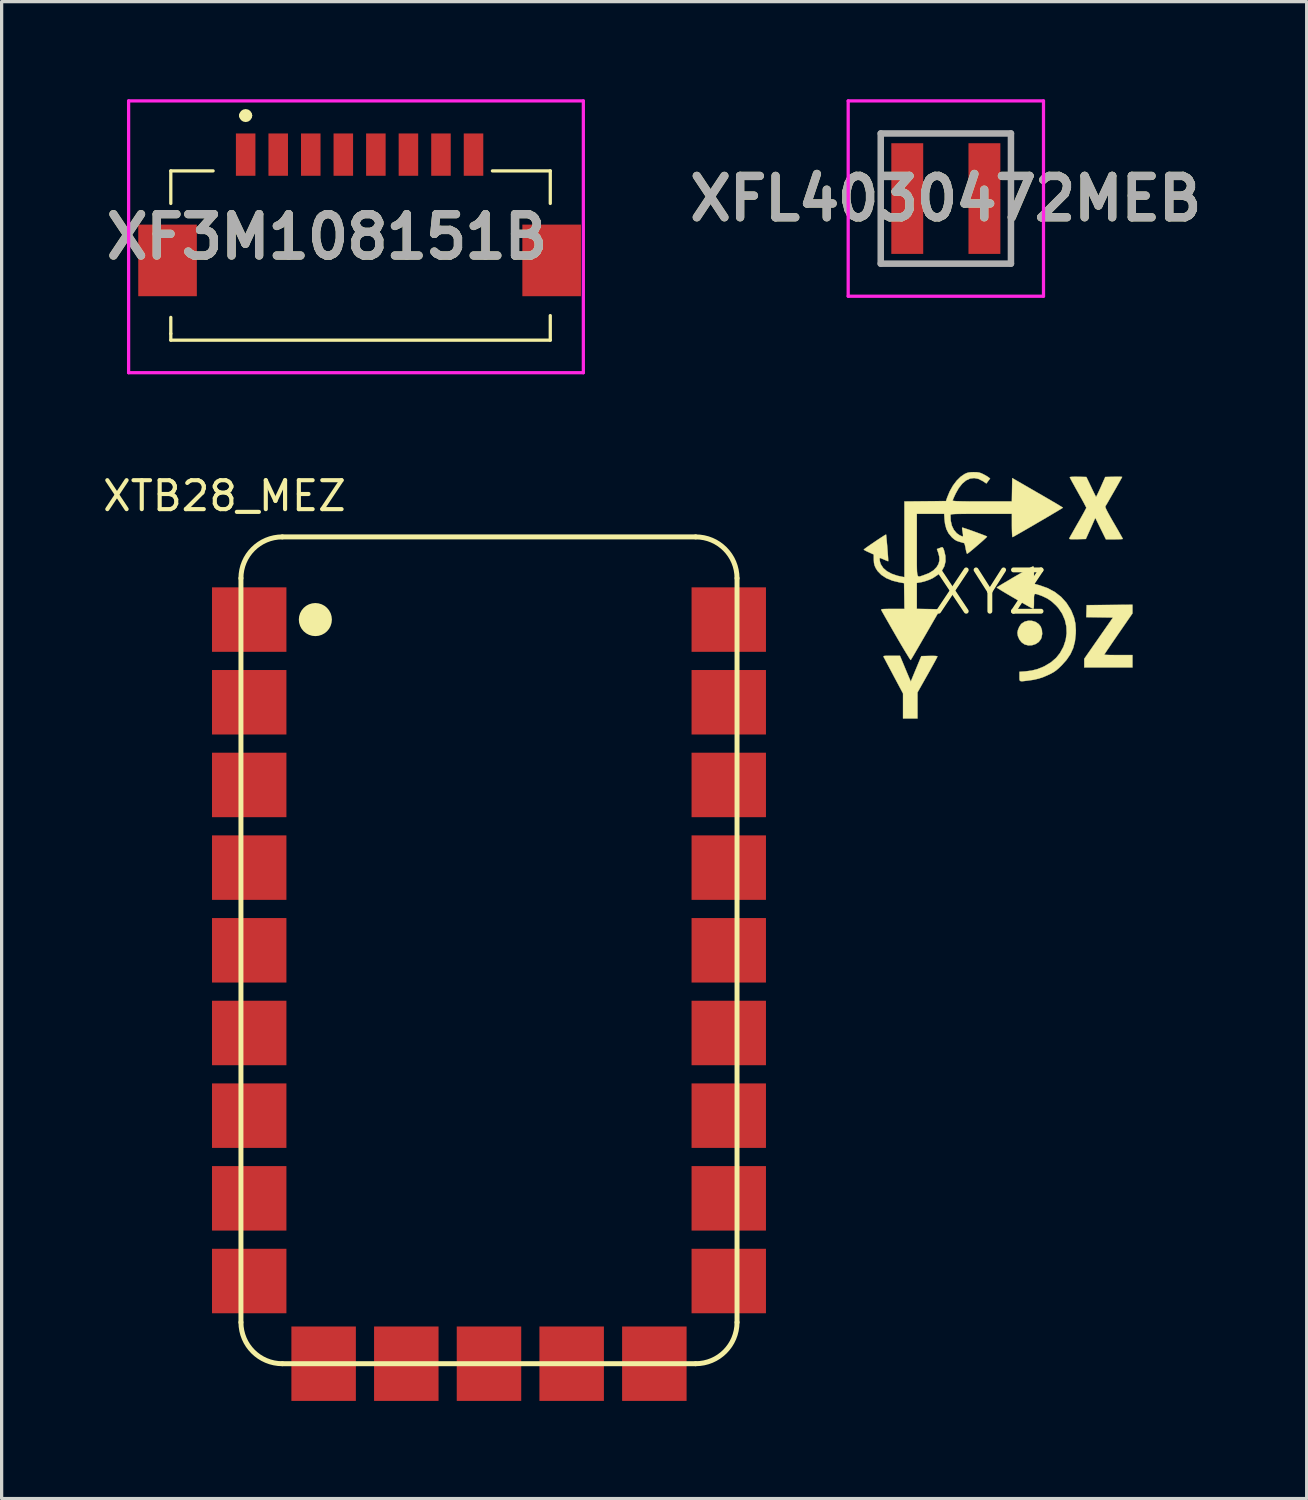
<source format=kicad_pcb>
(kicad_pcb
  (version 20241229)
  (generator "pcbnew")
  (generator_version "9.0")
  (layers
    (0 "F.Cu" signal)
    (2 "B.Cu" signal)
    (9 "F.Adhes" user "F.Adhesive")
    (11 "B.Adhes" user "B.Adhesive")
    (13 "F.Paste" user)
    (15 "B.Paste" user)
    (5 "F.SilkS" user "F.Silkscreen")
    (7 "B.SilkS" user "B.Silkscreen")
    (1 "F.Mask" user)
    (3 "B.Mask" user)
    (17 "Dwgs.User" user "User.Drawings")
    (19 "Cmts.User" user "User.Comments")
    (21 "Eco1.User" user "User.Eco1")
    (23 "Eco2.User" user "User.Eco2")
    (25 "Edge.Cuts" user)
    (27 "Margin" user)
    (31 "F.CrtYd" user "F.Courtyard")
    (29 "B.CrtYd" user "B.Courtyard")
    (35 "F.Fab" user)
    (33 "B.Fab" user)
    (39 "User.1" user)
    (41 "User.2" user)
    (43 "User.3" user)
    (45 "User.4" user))
  (footprint "XTB28_MEZ"
    (layer "F.Cu")
    (at 4.352 38.844)
    (property "Reference" "XTB28_MEZ" (at 3.302 -27.178 0) (layer "F.SilkS") (effects (font (size 0.889 0.889) (thickness 0.127)) (justify right top)))
    (attr through_hole)
    (fp_line (start 0 -24.13) (end 0 -1.27) (stroke (width 0.152) (type solid)) (layer "F.SilkS"))
    (fp_line (start 1.27 0) (end 13.97 0) (stroke (width 0.152) (type solid)) (layer "F.SilkS"))
    (fp_line (start 13.97 -25.4) (end 1.27 -25.4) (stroke (width 0.152) (type solid)) (layer "F.SilkS"))
    (fp_line (start 15.24 -1.27) (end 15.24 -24.13) (stroke (width 0.152) (type solid)) (layer "F.SilkS"))
    (fp_arc (start 0 -24.13) (mid 0.371974 -25.028026) (end 1.27 -25.4) (stroke (width 0.1524) (type solid)) (layer "F.SilkS"))
    (fp_arc (start 1.27 0) (mid 0.371974 -0.371974) (end 0 -1.27) (stroke (width 0.1524) (type solid)) (layer "F.SilkS"))
    (fp_arc (start 13.97 -25.4) (mid 14.868026 -25.028026) (end 15.24 -24.13) (stroke (width 0.1524) (type solid)) (layer "F.SilkS"))
    (fp_arc (start 15.24 -1.27) (mid 14.868026 -0.371974) (end 13.97 0) (stroke (width 0.1524) (type solid)) (layer "F.SilkS"))
    (fp_circle (center 2.286 -22.86) (end 2.54 -22.86) (stroke (width 0.508) (type solid)) (fill no) (layer "F.SilkS"))
    (pad "1" smd rect (at 0.254 -22.86) (size 2.286 1.981) (layers "F.Cu" "F.Mask"))
    (pad "2" smd rect (at 0.254 -20.32) (size 2.286 1.981) (layers "F.Cu" "F.Mask"))
    (pad "3" smd rect (at 0.254 -17.78) (size 2.286 1.981) (layers "F.Cu" "F.Mask"))
    (pad "4" smd rect (at 0.254 -15.24) (size 2.286 1.981) (layers "F.Cu" "F.Mask"))
    (pad "5" smd rect (at 0.254 -12.7) (size 2.286 1.981) (layers "F.Cu" "F.Mask"))
    (pad "6" smd rect (at 0.254 -10.16) (size 2.286 1.981) (layers "F.Cu" "F.Mask"))
    (pad "7" smd rect (at 0.254 -7.62) (size 2.286 1.981) (layers "F.Cu" "F.Mask"))
    (pad "8" smd rect (at 0.254 -5.08) (size 2.286 1.981) (layers "F.Cu" "F.Mask"))
    (pad "9" smd rect (at 0.254 -2.54) (size 2.286 1.981) (layers "F.Cu" "F.Mask"))
    (pad "10" smd rect (at 2.54 0 270) (size 2.286 1.981) (layers "F.Cu" "F.Mask"))
    (pad "11" smd rect (at 5.08 0 270) (size 2.286 1.981) (layers "F.Cu" "F.Mask"))
    (pad "12" smd rect (at 7.62 0 270) (size 2.286 1.981) (layers "F.Cu" "F.Mask"))
    (pad "13" smd rect (at 10.16 0 270) (size 2.286 1.981) (layers "F.Cu" "F.Mask"))
    (pad "14" smd rect (at 12.7 0 270) (size 2.286 1.981) (layers "F.Cu" "F.Mask"))
    (pad "15" smd rect (at 14.986 -2.54) (size 2.286 1.981) (layers "F.Cu" "F.Mask"))
    (pad "16" smd rect (at 14.986 -5.08) (size 2.286 1.981) (layers "F.Cu" "F.Mask"))
    (pad "17" smd rect (at 14.986 -7.62) (size 2.286 1.981) (layers "F.Cu" "F.Mask"))
    (pad "18" smd rect (at 14.986 -10.16) (size 2.286 1.981) (layers "F.Cu" "F.Mask"))
    (pad "19" smd rect (at 14.986 -12.7) (size 2.286 1.981) (layers "F.Cu" "F.Mask"))
    (pad "20" smd rect (at 14.986 -15.24) (size 2.286 1.981) (layers "F.Cu" "F.Mask"))
    (pad "21" smd rect (at 14.986 -17.78) (size 2.286 1.981) (layers "F.Cu" "F.Mask"))
    (pad "22" smd rect (at 14.986 -20.32) (size 2.286 1.981) (layers "F.Cu" "F.Mask"))
    (pad "23" smd rect (at 14.986 -22.86) (size 2.286 1.981) (layers "F.Cu" "F.Mask")))
  (footprint "XF3M108151B"
    (layer "F.Cu")
    (at 6.997 2.2)
    (property "Reference" "XF3M108151B" (at 0 2.025 0) (layer "F.SilkS") (effects (font (size 1.27 1.27) (thickness 0.254))))
    (attr smd)
    (fp_line (start -4.8 0) (end -3.5 0) (stroke (width 0.1) (type solid)) (layer "F.SilkS"))
    (fp_line (start -4.8 1) (end -4.8 0) (stroke (width 0.1) (type solid)) (layer "F.SilkS"))
    (fp_line (start -4.8 4.5) (end -4.8 5) (stroke (width 0.1) (type solid)) (layer "F.SilkS"))
    (fp_line (start -4.8 5) (end -4.8 5.2) (stroke (width 0.1) (type solid)) (layer "F.SilkS"))
    (fp_line (start -4.8 5.2) (end 6.858 5.2) (stroke (width 0.1) (type solid)) (layer "F.SilkS"))
    (fp_line (start -2.6 -1.7) (end -2.6 -1.7) (stroke (width 0.2) (type solid)) (layer "F.SilkS"))
    (fp_line (start -2.4 -1.7) (end -2.4 -1.7) (stroke (width 0.2) (type solid)) (layer "F.SilkS"))
    (fp_line (start 6.858 0) (end 5.08 0) (stroke (width 0.1) (type solid)) (layer "F.SilkS"))
    (fp_line (start 6.858 1) (end 6.858 0) (stroke (width 0.1) (type solid)) (layer "F.SilkS"))
    (fp_line (start 6.858 5.2) (end 6.858 4.445) (stroke (width 0.1) (type solid)) (layer "F.SilkS"))
    (fp_arc (start -2.6 -1.7) (mid -2.5 -1.8) (end -2.4 -1.7) (stroke (width 0.2) (type solid)) (layer "F.SilkS"))
    (fp_arc (start -2.4 -1.7) (mid -2.5 -1.6) (end -2.6 -1.7) (stroke (width 0.2) (type solid)) (layer "F.SilkS"))
    (fp_line (start -6.096 -2.15) (end 7.874 -2.15) (stroke (width 0.1) (type solid)) (layer "F.CrtYd"))
    (fp_line (start -6.096 6.2) (end -6.096 -2.15) (stroke (width 0.1) (type solid)) (layer "F.CrtYd"))
    (fp_line (start 7.874 -2.15) (end 7.874 6.2) (stroke (width 0.1) (type solid)) (layer "F.CrtYd"))
    (fp_line (start 7.874 6.2) (end -6.096 6.2) (stroke (width 0.1) (type solid)) (layer "F.CrtYd"))
    (fp_text user "${REFERENCE}" (at 0 2.025 0) (layer "F.Fab") (effects (font (size 1.27 1.27) (thickness 0.254))))
    (pad "1" smd rect (at -2.5 -0.5) (size 0.6 1.3) (layers "F.Cu" "F.Mask" "F.Paste"))
    (pad "2" smd rect (at -1.5 -0.5) (size 0.6 1.3) (layers "F.Cu" "F.Mask" "F.Paste"))
    (pad "3" smd rect (at -0.5 -0.5) (size 0.6 1.3) (layers "F.Cu" "F.Mask" "F.Paste"))
    (pad "4" smd rect (at 0.5 -0.5) (size 0.6 1.3) (layers "F.Cu" "F.Mask" "F.Paste"))
    (pad "5" smd rect (at 1.5 -0.5) (size 0.6 1.3) (layers "F.Cu" "F.Mask" "F.Paste"))
    (pad "6" smd rect (at 2.5 -0.5) (size 0.6 1.3) (layers "F.Cu" "F.Mask" "F.Paste"))
    (pad "7" smd rect (at 3.5 -0.5) (size 0.6 1.3) (layers "F.Cu" "F.Mask" "F.Paste"))
    (pad "8" smd rect (at 4.5 -0.5) (size 0.6 1.3) (layers "F.Cu" "F.Mask" "F.Paste"))
    (pad "MP1" smd rect (at -4.9 2.75) (size 1.8 2.2) (layers "F.Cu" "F.Mask" "F.Paste"))
    (pad "MP2" smd rect (at 6.9 2.75) (size 1.8 2.2) (layers "F.Cu" "F.Mask" "F.Paste")))
  (footprint "XYZ"
    (layer "F.Cu")
    (at 27.359 15.148)
    (property "Reference" "XYZ" (at 0 0 0) (layer "F.SilkS") (effects (font (size 1.27 1.27) (thickness 0.15))))
    (attr through_hole)
    (fp_poly (pts (xy 1.295 0.875) (xy 1.404 0.908) (xy 1.498 0.971) (xy 1.561 1.049) (xy 1.599 1.156) (xy 1.608 1.276) (xy 1.586 1.393) (xy 1.566 1.439) (xy 1.5 1.525) (xy 1.407 1.587) (xy 1.298 1.623) (xy 1.183 1.629) (xy 1.072 1.601) (xy 1.069 1.6) (xy 0.98 1.539) (xy 0.908 1.45) (xy 0.862 1.344) (xy 0.847 1.244) (xy 0.863 1.157) (xy 0.902 1.062) (xy 0.955 0.981) (xy 0.976 0.959) (xy 1.071 0.898) (xy 1.181 0.871) (xy 1.295 0.875)) (stroke (width 0.01) (type solid)) (fill yes) (layer "F.SilkS"))
    (fp_poly (pts (xy 4.381 0.646) (xy 3.947 1.274) (xy 3.848 1.419) (xy 3.756 1.552) (xy 3.676 1.671) (xy 3.608 1.77) (xy 3.557 1.847) (xy 3.525 1.896) (xy 3.514 1.914) (xy 3.534 1.918) (xy 3.59 1.921) (xy 3.676 1.924) (xy 3.786 1.925) (xy 3.912 1.926) (xy 3.948 1.926) (xy 4.381 1.926) (xy 4.381 2.307) (xy 2.9 2.307) (xy 2.9 2.041) (xy 3.341 1.407) (xy 3.783 0.773) (xy 2.962 0.761) (xy 2.968 0.576) (xy 2.974 0.392) (xy 3.678 0.386) (xy 4.381 0.38) (xy 4.381 0.646)) (stroke (width 0.01) (type solid)) (fill yes) (layer "F.SilkS"))
    (fp_poly (pts (xy -2.762 1.948) (xy -2.636 2.249) (xy -2.589 2.363) (xy -2.544 2.47) (xy -2.505 2.562) (xy -2.477 2.629) (xy -2.469 2.646) (xy -2.428 2.741) (xy -2.407 2.685) (xy -2.391 2.647) (xy -2.363 2.578) (xy -2.325 2.486) (xy -2.28 2.378) (xy -2.245 2.294) (xy -2.105 1.958) (xy -1.857 1.952) (xy -1.745 1.951) (xy -1.664 1.954) (xy -1.618 1.961) (xy -1.609 1.967) (xy -1.619 1.99) (xy -1.647 2.045) (xy -1.691 2.128) (xy -1.749 2.232) (xy -1.817 2.355) (xy -1.893 2.491) (xy -1.916 2.531) (xy -2.223 3.074) (xy -2.223 3.873) (xy -2.667 3.873) (xy -2.667 3.106) (xy -2.956 2.564) (xy -3.03 2.423) (xy -3.099 2.294) (xy -3.159 2.181) (xy -3.208 2.088) (xy -3.243 2.022) (xy -3.262 1.987) (xy -3.263 1.984) (xy -3.268 1.969) (xy -3.26 1.958) (xy -3.233 1.952) (xy -3.18 1.949) (xy -3.094 1.948) (xy -3.022 1.948) (xy -2.762 1.948)) (stroke (width 0.01) (type solid)) (fill yes) (layer "F.SilkS"))
    (fp_poly (pts (xy 3.985 -3.552) (xy 4.042 -3.55) (xy 4.064 -3.546) (xy 4.064 -3.545) (xy 4.054 -3.526) (xy 4.026 -3.475) (xy 3.984 -3.4) (xy 3.932 -3.307) (xy 3.872 -3.201) (xy 3.808 -3.089) (xy 3.743 -2.977) (xy 3.682 -2.871) (xy 3.628 -2.776) (xy 3.583 -2.7) (xy 3.552 -2.648) (xy 3.55 -2.644) (xy 3.548 -2.625) (xy 3.56 -2.587) (xy 3.586 -2.529) (xy 3.629 -2.447) (xy 3.69 -2.336) (xy 3.771 -2.194) (xy 3.807 -2.133) (xy 3.882 -2.004) (xy 3.949 -1.888) (xy 4.005 -1.788) (xy 4.049 -1.711) (xy 4.076 -1.661) (xy 4.085 -1.642) (xy 4.065 -1.638) (xy 4.011 -1.634) (xy 3.931 -1.631) (xy 3.833 -1.63) (xy 3.825 -1.63) (xy 3.565 -1.63) (xy 3.402 -1.96) (xy 3.239 -2.29) (xy 3.185 -2.166) (xy 3.152 -2.091) (xy 3.109 -1.994) (xy 3.062 -1.89) (xy 3.04 -1.841) (xy 2.949 -1.64) (xy 2.689 -1.634) (xy 2.58 -1.633) (xy 2.507 -1.633) (xy 2.463 -1.637) (xy 2.443 -1.645) (xy 2.44 -1.657) (xy 2.442 -1.661) (xy 2.455 -1.688) (xy 2.487 -1.746) (xy 2.534 -1.829) (xy 2.593 -1.933) (xy 2.66 -2.052) (xy 2.709 -2.136) (xy 2.78 -2.26) (xy 2.843 -2.373) (xy 2.896 -2.468) (xy 2.935 -2.542) (xy 2.959 -2.587) (xy 2.963 -2.6) (xy 2.953 -2.623) (xy 2.925 -2.678) (xy 2.882 -2.76) (xy 2.826 -2.862) (xy 2.76 -2.979) (xy 2.709 -3.07) (xy 2.639 -3.195) (xy 2.576 -3.309) (xy 2.523 -3.405) (xy 2.484 -3.479) (xy 2.461 -3.525) (xy 2.455 -3.538) (xy 2.475 -3.545) (xy 2.529 -3.55) (xy 2.61 -3.552) (xy 2.709 -3.551) (xy 2.71 -3.551) (xy 2.965 -3.545) (xy 3.109 -3.244) (xy 3.158 -3.14) (xy 3.202 -3.051) (xy 3.236 -2.983) (xy 3.256 -2.942) (xy 3.261 -2.933) (xy 3.273 -2.949) (xy 3.297 -2.996) (xy 3.333 -3.07) (xy 3.376 -3.165) (xy 3.408 -3.235) (xy 3.545 -3.545) (xy 3.805 -3.551) (xy 3.904 -3.553) (xy 3.985 -3.552)) (stroke (width 0.01) (type solid)) (fill yes) (layer "F.SilkS"))
    (fp_poly (pts (xy 1.343 -0.788) (xy 1.35 -0.759) (xy 1.353 -0.705) (xy 1.355 -0.62) (xy 1.355 -0.537) (xy 1.355 -0.265) (xy 1.529 -0.217) (xy 1.778 -0.129) (xy 1.999 -0.009) (xy 2.191 0.141) (xy 2.353 0.321) (xy 2.486 0.531) (xy 2.511 0.583) (xy 2.585 0.769) (xy 2.628 0.959) (xy 2.642 1.166) (xy 2.639 1.27) (xy 2.614 1.502) (xy 2.561 1.709) (xy 2.476 1.897) (xy 2.355 2.076) (xy 2.201 2.247) (xy 2.11 2.334) (xy 2.034 2.399) (xy 1.96 2.45) (xy 1.874 2.498) (xy 1.818 2.525) (xy 1.652 2.598) (xy 1.499 2.649) (xy 1.339 2.686) (xy 1.186 2.708) (xy 1.073 2.722) (xy 0.997 2.73) (xy 0.948 2.727) (xy 0.922 2.712) (xy 0.912 2.682) (xy 0.91 2.632) (xy 0.91 2.585) (xy 0.91 2.44) (xy 1.085 2.428) (xy 1.282 2.403) (xy 1.459 2.359) (xy 1.636 2.288) (xy 1.683 2.266) (xy 1.878 2.149) (xy 2.04 2.008) (xy 2.156 1.862) (xy 2.262 1.668) (xy 2.33 1.464) (xy 2.359 1.256) (xy 2.351 1.049) (xy 2.305 0.847) (xy 2.222 0.655) (xy 2.102 0.478) (xy 2.032 0.401) (xy 1.901 0.28) (xy 1.768 0.189) (xy 1.616 0.116) (xy 1.552 0.092) (xy 1.469 0.062) (xy 1.413 0.047) (xy 1.379 0.052) (xy 1.362 0.083) (xy 1.355 0.145) (xy 1.355 0.242) (xy 1.355 0.277) (xy 1.354 0.38) (xy 1.352 0.446) (xy 1.347 0.484) (xy 1.337 0.5) (xy 1.323 0.5) (xy 1.318 0.498) (xy 1.284 0.482) (xy 1.223 0.449) (xy 1.138 0.401) (xy 1.035 0.342) (xy 0.92 0.276) (xy 0.798 0.205) (xy 0.674 0.133) (xy 0.555 0.063) (xy 0.445 -0.002) (xy 0.351 -0.059) (xy 0.277 -0.105) (xy 0.228 -0.136) (xy 0.212 -0.149) (xy 0.229 -0.162) (xy 0.278 -0.193) (xy 0.353 -0.239) (xy 0.448 -0.296) (xy 0.558 -0.361) (xy 0.677 -0.432) (xy 0.8 -0.504) (xy 0.922 -0.574) (xy 1.037 -0.64) (xy 1.14 -0.699) (xy 1.224 -0.746) (xy 1.285 -0.779) (xy 1.318 -0.795) (xy 1.333 -0.797) (xy 1.343 -0.788)) (stroke (width 0.01) (type solid)) (fill yes) (layer "F.SilkS"))
    (fp_poly (pts (xy -0.401 -3.691) (xy -0.329 -3.681) (xy -0.265 -3.66) (xy -0.212 -3.635) (xy -0.139 -3.597) (xy -0.075 -3.559) (xy -0.044 -3.537) (xy 0.008 -3.497) (xy -0.05 -3.421) (xy -0.107 -3.345) (xy -0.223 -3.422) (xy -0.354 -3.488) (xy -0.483 -3.512) (xy -0.609 -3.496) (xy -0.731 -3.439) (xy -0.846 -3.343) (xy -0.953 -3.208) (xy -1.048 -3.041) (xy -1.088 -2.956) (xy -1.119 -2.885) (xy -1.139 -2.836) (xy -1.143 -2.819) (xy -1.133 -2.813) (xy -1.101 -2.808) (xy -1.045 -2.803) (xy -0.961 -2.8) (xy -0.847 -2.797) (xy -0.7 -2.795) (xy -0.517 -2.794) (xy -0.296 -2.794) (xy -0.233 -2.794) (xy 0.676 -2.794) (xy 0.682 -3.152) (xy 0.688 -3.511) (xy 1.465 -3.062) (xy 1.63 -2.967) (xy 1.783 -2.878) (xy 1.921 -2.797) (xy 2.039 -2.728) (xy 2.133 -2.671) (xy 2.201 -2.63) (xy 2.238 -2.606) (xy 2.243 -2.601) (xy 2.226 -2.589) (xy 2.176 -2.558) (xy 2.099 -2.512) (xy 1.999 -2.452) (xy 1.881 -2.382) (xy 1.749 -2.304) (xy 1.609 -2.222) (xy 1.463 -2.137) (xy 1.318 -2.052) (xy 1.178 -1.971) (xy 1.047 -1.895) (xy 0.93 -1.828) (xy 0.832 -1.772) (xy 0.757 -1.729) (xy 0.709 -1.703) (xy 0.696 -1.697) (xy 0.69 -1.714) (xy 0.685 -1.768) (xy 0.681 -1.85) (xy 0.678 -1.955) (xy 0.677 -2.051) (xy 0.677 -2.413) (xy -0.265 -2.413) (xy -0.489 -2.413) (xy -0.675 -2.413) (xy -0.826 -2.412) (xy -0.945 -2.411) (xy -1.037 -2.409) (xy -1.105 -2.406) (xy -1.152 -2.402) (xy -1.182 -2.397) (xy -1.199 -2.391) (xy -1.207 -2.383) (xy -1.209 -2.376) (xy -1.203 -2.205) (xy -1.168 -2.051) (xy -1.105 -1.92) (xy -1.018 -1.817) (xy -0.93 -1.756) (xy -0.876 -1.731) (xy -0.837 -1.716) (xy -0.83 -1.714) (xy -0.824 -1.733) (xy -0.826 -1.783) (xy -0.837 -1.852) (xy -0.848 -1.922) (xy -0.853 -1.971) (xy -0.849 -1.99) (xy -0.821 -1.984) (xy -0.762 -1.965) (xy -0.68 -1.938) (xy -0.582 -1.904) (xy -0.477 -1.866) (xy -0.37 -1.827) (xy -0.271 -1.79) (xy -0.186 -1.758) (xy -0.122 -1.732) (xy -0.088 -1.717) (xy -0.085 -1.714) (xy -0.1 -1.695) (xy -0.142 -1.655) (xy -0.204 -1.598) (xy -0.28 -1.53) (xy -0.365 -1.457) (xy -0.451 -1.383) (xy -0.533 -1.313) (xy -0.605 -1.254) (xy -0.66 -1.211) (xy -0.693 -1.188) (xy -0.698 -1.185) (xy -0.71 -1.205) (xy -0.725 -1.256) (xy -0.74 -1.328) (xy -0.743 -1.346) (xy -0.758 -1.423) (xy -0.774 -1.482) (xy -0.789 -1.512) (xy -0.792 -1.514) (xy -0.823 -1.523) (xy -0.882 -1.54) (xy -0.939 -1.556) (xy -1.021 -1.584) (xy -1.09 -1.626) (xy -1.163 -1.689) (xy -1.174 -1.701) (xy -1.27 -1.817) (xy -1.336 -1.948) (xy -1.376 -2.103) (xy -1.392 -2.238) (xy -1.403 -2.413) (xy -2.244 -2.413) (xy -2.244 -1.45) (xy -2.244 -1.218) (xy -2.244 -1.026) (xy -2.244 -0.869) (xy -2.242 -0.744) (xy -2.239 -0.649) (xy -2.232 -0.578) (xy -2.222 -0.53) (xy -2.208 -0.501) (xy -2.19 -0.488) (xy -2.165 -0.486) (xy -2.135 -0.493) (xy -2.098 -0.506) (xy -2.053 -0.521) (xy -2.052 -0.521) (xy -1.876 -0.588) (xy -1.736 -0.673) (xy -1.634 -0.776) (xy -1.578 -0.872) (xy -1.549 -0.98) (xy -1.553 -1.094) (xy -1.585 -1.216) (xy -1.626 -1.331) (xy -1.57 -1.351) (xy -1.515 -1.372) (xy -1.479 -1.386) (xy -1.454 -1.385) (xy -1.433 -1.357) (xy -1.409 -1.298) (xy -1.366 -1.119) (xy -1.362 -0.953) (xy -1.398 -0.803) (xy -1.473 -0.667) (xy -1.587 -0.548) (xy -1.74 -0.446) (xy -1.777 -0.426) (xy -1.893 -0.376) (xy -2.014 -0.335) (xy -2.093 -0.316) (xy -2.244 -0.29) (xy -2.244 0.507) (xy -1.884 0.513) (xy -1.524 0.519) (xy -1.97 1.291) (xy -2.066 1.456) (xy -2.155 1.61) (xy -2.235 1.748) (xy -2.305 1.868) (xy -2.361 1.964) (xy -2.403 2.033) (xy -2.426 2.072) (xy -2.431 2.079) (xy -2.444 2.064) (xy -2.476 2.017) (xy -2.524 1.94) (xy -2.587 1.838) (xy -2.662 1.713) (xy -2.746 1.571) (xy -2.838 1.414) (xy -2.884 1.334) (xy -2.979 1.17) (xy -3.067 1.016) (xy -3.147 0.877) (xy -3.216 0.757) (xy -3.271 0.659) (xy -3.311 0.588) (xy -3.333 0.548) (xy -3.336 0.541) (xy -3.337 0.529) (xy -3.324 0.52) (xy -3.293 0.514) (xy -3.237 0.511) (xy -3.152 0.509) (xy -3.031 0.508) (xy -2.986 0.508) (xy -2.624 0.508) (xy -2.629 0.113) (xy -2.635 -0.283) (xy -2.783 -0.309) (xy -2.998 -0.361) (xy -3.182 -0.438) (xy -3.333 -0.537) (xy -3.45 -0.657) (xy -3.508 -0.75) (xy -3.541 -0.826) (xy -3.559 -0.903) (xy -3.565 -1) (xy -3.565 -1.01) (xy -3.567 -1.164) (xy -3.72 -1.233) (xy -3.792 -1.266) (xy -3.845 -1.294) (xy -3.872 -1.311) (xy -3.873 -1.314) (xy -3.857 -1.329) (xy -3.812 -1.363) (xy -3.745 -1.411) (xy -3.662 -1.469) (xy -3.569 -1.532) (xy -3.475 -1.596) (xy -3.384 -1.656) (xy -3.303 -1.709) (xy -3.24 -1.749) (xy -3.199 -1.772) (xy -3.188 -1.776) (xy -3.185 -1.754) (xy -3.179 -1.697) (xy -3.171 -1.615) (xy -3.162 -1.513) (xy -3.152 -1.402) (xy -3.143 -1.288) (xy -3.135 -1.179) (xy -3.128 -1.084) (xy -3.124 -1.011) (xy -3.122 -0.967) (xy -3.122 -0.958) (xy -3.142 -0.962) (xy -3.189 -0.981) (xy -3.246 -1.005) (xy -3.311 -1.033) (xy -3.358 -1.052) (xy -3.377 -1.058) (xy -3.387 -1.04) (xy -3.385 -0.995) (xy -3.374 -0.935) (xy -3.354 -0.874) (xy -3.347 -0.857) (xy -3.275 -0.748) (xy -3.165 -0.652) (xy -3.02 -0.573) (xy -2.844 -0.512) (xy -2.693 -0.479) (xy -2.625 -0.467) (xy -2.625 -2.793) (xy -1.986 -2.799) (xy -1.348 -2.805) (xy -1.31 -2.916) (xy -1.232 -3.105) (xy -1.134 -3.279) (xy -1.021 -3.43) (xy -0.898 -3.552) (xy -0.774 -3.637) (xy -0.708 -3.667) (xy -0.645 -3.684) (xy -0.569 -3.692) (xy -0.497 -3.693) (xy -0.401 -3.691)) (stroke (width 0.01) (type solid)) (fill yes) (layer "F.SilkS")))
  (footprint "XFL4030472MEB"
    (layer "F.Cu")
    (at 26.007 3.05)
    (property "Reference" "XFL4030472MEB" (at 0 0 0) (layer "F.SilkS") (effects (font (size 1.27 1.27) (thickness 0.254))))
    (attr smd)
    (fp_line (start -2 -2) (end 2 -2) (stroke (width 0.1) (type solid)) (layer "F.SilkS"))
    (fp_line (start -2 2) (end -2 -2) (stroke (width 0.1) (type solid)) (layer "F.SilkS"))
    (fp_line (start 2 -2) (end 2 2) (stroke (width 0.1) (type solid)) (layer "F.SilkS"))
    (fp_line (start 2 2) (end -2 2) (stroke (width 0.1) (type solid)) (layer "F.SilkS"))
    (fp_line (start -3 -3) (end 3 -3) (stroke (width 0.1) (type solid)) (layer "F.CrtYd"))
    (fp_line (start -3 3) (end -3 -3) (stroke (width 0.1) (type solid)) (layer "F.CrtYd"))
    (fp_line (start 3 -3) (end 3 3) (stroke (width 0.1) (type solid)) (layer "F.CrtYd"))
    (fp_line (start 3 3) (end -3 3) (stroke (width 0.1) (type solid)) (layer "F.CrtYd"))
    (fp_line (start -2 -2) (end 2 -2) (stroke (width 0.2) (type solid)) (layer "F.Fab"))
    (fp_line (start -2 2) (end -2 -2) (stroke (width 0.2) (type solid)) (layer "F.Fab"))
    (fp_line (start 2 -2) (end 2 2) (stroke (width 0.2) (type solid)) (layer "F.Fab"))
    (fp_line (start 2 2) (end -2 2) (stroke (width 0.2) (type solid)) (layer "F.Fab"))
    (fp_text user "${REFERENCE}" (at 0 0 0) (layer "F.Fab") (effects (font (size 1.27 1.27) (thickness 0.254))))
    (pad "1" smd rect (at -1.185 0) (size 0.98 3.4) (layers "F.Cu" "F.Mask" "F.Paste"))
    (pad "2" smd rect (at 1.185 0) (size 0.98 3.4) (layers "F.Cu" "F.Mask" "F.Paste")))
  (gr_rect
    (start -3 -3)
    (end 37.092 42.987)
    (stroke (width 0.1) (type default))
    (fill no)
    (layer "Edge.Cuts")))
</source>
